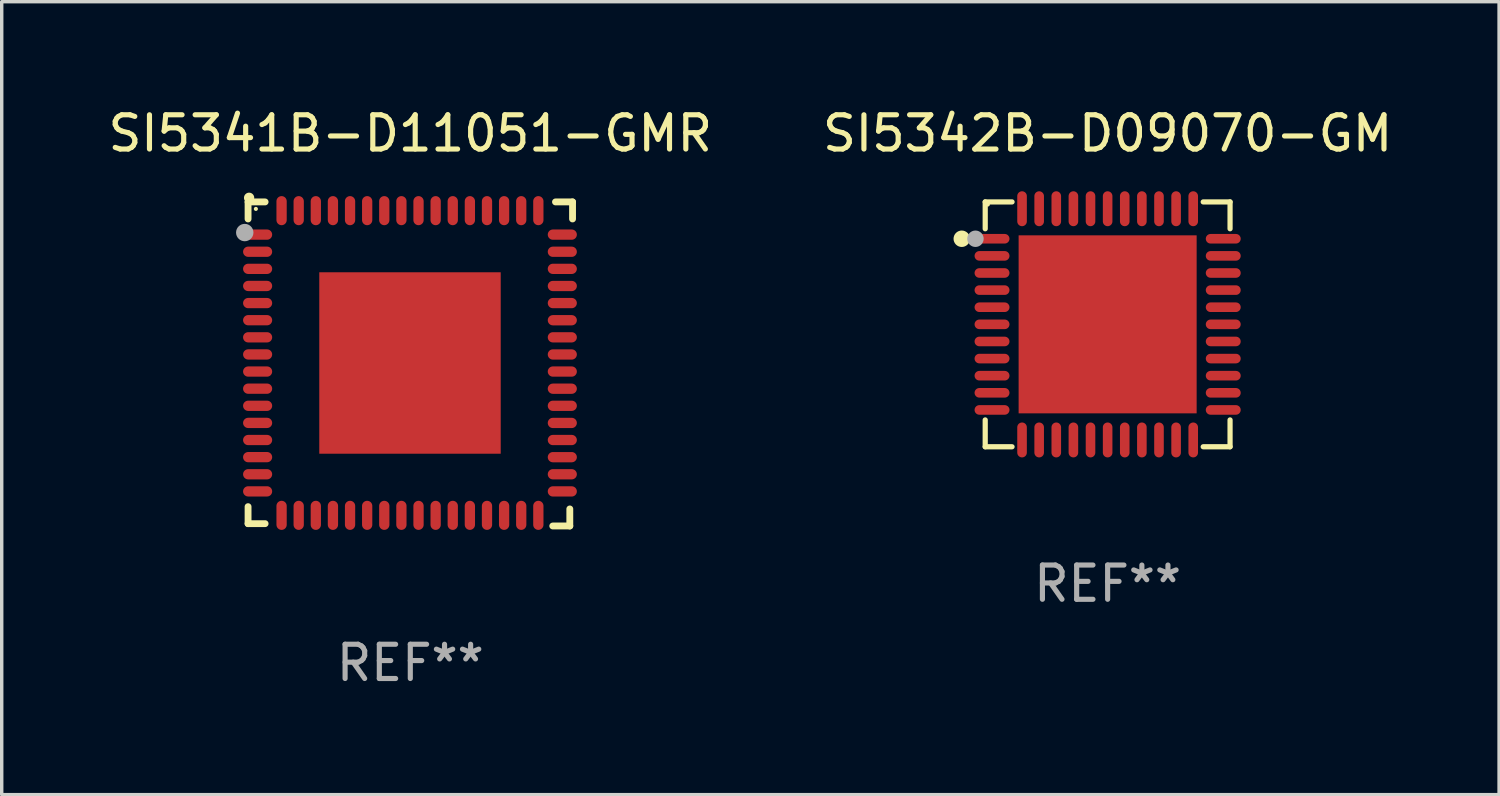
<source format=kicad_pcb>
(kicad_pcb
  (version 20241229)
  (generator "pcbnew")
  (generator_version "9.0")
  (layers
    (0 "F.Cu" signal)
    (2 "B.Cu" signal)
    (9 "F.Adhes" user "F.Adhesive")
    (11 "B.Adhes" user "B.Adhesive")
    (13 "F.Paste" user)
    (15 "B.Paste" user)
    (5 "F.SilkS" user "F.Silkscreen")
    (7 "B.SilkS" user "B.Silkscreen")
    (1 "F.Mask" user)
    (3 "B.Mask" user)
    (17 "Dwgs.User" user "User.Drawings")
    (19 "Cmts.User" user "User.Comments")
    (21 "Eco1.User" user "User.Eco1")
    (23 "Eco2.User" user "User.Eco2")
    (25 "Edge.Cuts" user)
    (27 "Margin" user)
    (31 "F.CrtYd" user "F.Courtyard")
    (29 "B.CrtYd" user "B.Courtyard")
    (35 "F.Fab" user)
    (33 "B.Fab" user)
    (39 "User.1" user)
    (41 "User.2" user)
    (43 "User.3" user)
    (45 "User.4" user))
  (footprint "SI5342B-D09070-GM"
    (layer "F.Cu")
    (at 29.304 6.424)
    (property "Reference" "SI5342B-D09070-GM" (at 0 -5.576 0) (layer "F.SilkS") (effects (font (size 1 1) (thickness 0.15))))
    (attr through_hole)
    (fp_line (start -3.576 -3.576) (end -2.792 -3.576) (stroke (width 0.152) (type solid)) (layer "F.SilkS"))
    (fp_line (start -3.576 -2.792) (end -3.576 -3.576) (stroke (width 0.152) (type solid)) (layer "F.SilkS"))
    (fp_line (start -3.576 2.792) (end -3.576 3.576) (stroke (width 0.152) (type solid)) (layer "F.SilkS"))
    (fp_line (start -3.576 3.576) (end -2.792 3.576) (stroke (width 0.152) (type solid)) (layer "F.SilkS"))
    (fp_line (start 3.576 -3.576) (end 2.792 -3.576) (stroke (width 0.152) (type solid)) (layer "F.SilkS"))
    (fp_line (start 3.576 -2.792) (end 3.576 -3.576) (stroke (width 0.152) (type solid)) (layer "F.SilkS"))
    (fp_line (start 3.576 2.792) (end 3.576 3.576) (stroke (width 0.152) (type solid)) (layer "F.SilkS"))
    (fp_line (start 3.576 3.576) (end 2.792 3.576) (stroke (width 0.152) (type solid)) (layer "F.SilkS"))
    (fp_circle (center -4.261 -2.5) (end -4.141 -2.5) (stroke (width 0.24) (type solid)) (fill no) (layer "F.SilkS"))
    (fp_circle (center -3.5 -3.5) (end -3.47 -3.5) (stroke (width 0.06) (type solid)) (fill no) (layer "F.SilkS"))
    (fp_circle (center -3.861 -2.5) (end -3.741 -2.5) (stroke (width 0.24) (type solid)) (fill no) (layer "F.Fab"))
    (fp_text user "REF**" (at 0 7.576 0) (layer "F.Fab") (effects (font (size 1 1) (thickness 0.15))))
    (pad "1" smd oval (at -3.377 -2.5) (size 1.02 0.28) (layers "F.Cu" "F.Mask" "F.Paste"))
    (pad "2" smd oval (at -3.377 -2) (size 1.02 0.28) (layers "F.Cu" "F.Mask" "F.Paste"))
    (pad "3" smd oval (at -3.377 -1.5) (size 1.02 0.28) (layers "F.Cu" "F.Mask" "F.Paste"))
    (pad "4" smd oval (at -3.377 -1) (size 1.02 0.28) (layers "F.Cu" "F.Mask" "F.Paste"))
    (pad "5" smd oval (at -3.377 -0.5) (size 1.02 0.28) (layers "F.Cu" "F.Mask" "F.Paste"))
    (pad "6" smd oval (at -3.377 0) (size 1.02 0.28) (layers "F.Cu" "F.Mask" "F.Paste"))
    (pad "7" smd oval (at -3.377 0.5) (size 1.02 0.28) (layers "F.Cu" "F.Mask" "F.Paste"))
    (pad "8" smd oval (at -3.377 1) (size 1.02 0.28) (layers "F.Cu" "F.Mask" "F.Paste"))
    (pad "9" smd oval (at -3.377 1.5) (size 1.02 0.28) (layers "F.Cu" "F.Mask" "F.Paste"))
    (pad "10" smd oval (at -3.377 2) (size 1.02 0.28) (layers "F.Cu" "F.Mask" "F.Paste"))
    (pad "11" smd oval (at -3.377 2.5) (size 1.02 0.28) (layers "F.Cu" "F.Mask" "F.Paste"))
    (pad "12" smd oval (at -2.5 3.377) (size 0.28 1.02) (layers "F.Cu" "F.Mask" "F.Paste"))
    (pad "13" smd oval (at -2 3.377) (size 0.28 1.02) (layers "F.Cu" "F.Mask" "F.Paste"))
    (pad "14" smd oval (at -1.5 3.377) (size 0.28 1.02) (layers "F.Cu" "F.Mask" "F.Paste"))
    (pad "15" smd oval (at -1 3.377) (size 0.28 1.02) (layers "F.Cu" "F.Mask" "F.Paste"))
    (pad "16" smd oval (at -0.5 3.377) (size 0.28 1.02) (layers "F.Cu" "F.Mask" "F.Paste"))
    (pad "17" smd oval (at 0 3.377) (size 0.28 1.02) (layers "F.Cu" "F.Mask" "F.Paste"))
    (pad "18" smd oval (at 0.5 3.377) (size 0.28 1.02) (layers "F.Cu" "F.Mask" "F.Paste"))
    (pad "19" smd oval (at 1 3.377) (size 0.28 1.02) (layers "F.Cu" "F.Mask" "F.Paste"))
    (pad "20" smd oval (at 1.5 3.377) (size 0.28 1.02) (layers "F.Cu" "F.Mask" "F.Paste"))
    (pad "21" smd oval (at 2 3.377) (size 0.28 1.02) (layers "F.Cu" "F.Mask" "F.Paste"))
    (pad "22" smd oval (at 2.5 3.377) (size 0.28 1.02) (layers "F.Cu" "F.Mask" "F.Paste"))
    (pad "23" smd oval (at 3.377 2.5) (size 1.02 0.28) (layers "F.Cu" "F.Mask" "F.Paste"))
    (pad "24" smd oval (at 3.377 2) (size 1.02 0.28) (layers "F.Cu" "F.Mask" "F.Paste"))
    (pad "25" smd oval (at 3.377 1.5) (size 1.02 0.28) (layers "F.Cu" "F.Mask" "F.Paste"))
    (pad "26" smd oval (at 3.377 1) (size 1.02 0.28) (layers "F.Cu" "F.Mask" "F.Paste"))
    (pad "27" smd oval (at 3.377 0.5) (size 1.02 0.28) (layers "F.Cu" "F.Mask" "F.Paste"))
    (pad "28" smd oval (at 3.377 0) (size 1.02 0.28) (layers "F.Cu" "F.Mask" "F.Paste"))
    (pad "29" smd oval (at 3.377 -0.5) (size 1.02 0.28) (layers "F.Cu" "F.Mask" "F.Paste"))
    (pad "30" smd oval (at 3.377 -1) (size 1.02 0.28) (layers "F.Cu" "F.Mask" "F.Paste"))
    (pad "31" smd oval (at 3.377 -1.5) (size 1.02 0.28) (layers "F.Cu" "F.Mask" "F.Paste"))
    (pad "32" smd oval (at 3.377 -2) (size 1.02 0.28) (layers "F.Cu" "F.Mask" "F.Paste"))
    (pad "33" smd oval (at 3.377 -2.5) (size 1.02 0.28) (layers "F.Cu" "F.Mask" "F.Paste"))
    (pad "34" smd oval (at 2.5 -3.377) (size 0.28 1.02) (layers "F.Cu" "F.Mask" "F.Paste"))
    (pad "35" smd oval (at 2 -3.377) (size 0.28 1.02) (layers "F.Cu" "F.Mask" "F.Paste"))
    (pad "36" smd oval (at 1.5 -3.377) (size 0.28 1.02) (layers "F.Cu" "F.Mask" "F.Paste"))
    (pad "37" smd oval (at 1 -3.377) (size 0.28 1.02) (layers "F.Cu" "F.Mask" "F.Paste"))
    (pad "38" smd oval (at 0.5 -3.377) (size 0.28 1.02) (layers "F.Cu" "F.Mask" "F.Paste"))
    (pad "39" smd oval (at 0 -3.377) (size 0.28 1.02) (layers "F.Cu" "F.Mask" "F.Paste"))
    (pad "40" smd oval (at -0.5 -3.377) (size 0.28 1.02) (layers "F.Cu" "F.Mask" "F.Paste"))
    (pad "41" smd oval (at -1 -3.377) (size 0.28 1.02) (layers "F.Cu" "F.Mask" "F.Paste"))
    (pad "42" smd oval (at -1.5 -3.377) (size 0.28 1.02) (layers "F.Cu" "F.Mask" "F.Paste"))
    (pad "43" smd oval (at -2 -3.377) (size 0.28 1.02) (layers "F.Cu" "F.Mask" "F.Paste"))
    (pad "44" smd oval (at -2.5 -3.377) (size 0.28 1.02) (layers "F.Cu" "F.Mask" "F.Paste"))
    (pad "45" smd rect (at 0 0) (size 5.2 5.2) (layers "F.Cu" "F.Mask" "F.Paste")))
  (footprint "SI5341B-D11051-GMR"
    (layer "F.Cu")
    (at 8.935 7.581)
    (property "Reference" "SI5341B-D11051-GMR" (at 0 -6.733 0) (layer "F.SilkS") (effects (font (size 1 1) (thickness 0.15))))
    (attr through_hole)
    (fp_line (start -4.739 -4.733) (end -4.241 -4.733) (stroke (width 0.2) (type solid)) (layer "F.SilkS"))
    (fp_line (start -4.739 -4.235) (end -4.739 -4.733) (stroke (width 0.2) (type solid)) (layer "F.SilkS"))
    (fp_line (start -4.739 4.168) (end -4.739 4.665) (stroke (width 0.2) (type solid)) (layer "F.SilkS"))
    (fp_line (start -4.739 4.665) (end -4.241 4.665) (stroke (width 0.2) (type solid)) (layer "F.SilkS"))
    (fp_line (start 4.161 4.733) (end 4.659 4.733) (stroke (width 0.2) (type solid)) (layer "F.SilkS"))
    (fp_line (start 4.241 -4.733) (end 4.739 -4.733) (stroke (width 0.2) (type solid)) (layer "F.SilkS"))
    (fp_line (start 4.659 4.733) (end 4.659 4.235) (stroke (width 0.2) (type solid)) (layer "F.SilkS"))
    (fp_line (start 4.739 -4.733) (end 4.739 -4.235) (stroke (width 0.2) (type solid)) (layer "F.SilkS"))
    (fp_arc (start -4.708623 -4.85108) (mid -4.708628 -4.85235) (end -4.708623 -4.85362) (stroke (width 0.3) (type solid)) (layer "F.SilkS"))
    (fp_circle (center -4.511 -4.529) (end -4.481 -4.529) (stroke (width 0.06) (type solid)) (fill no) (layer "F.SilkS"))
    (fp_circle (center -4.836 -3.838) (end -4.709 -3.838) (stroke (width 0.254) (type solid)) (fill no) (layer "F.Fab"))
    (fp_text user "REF**" (at 0 8.733 0) (layer "F.Fab") (effects (font (size 1 1) (thickness 0.15))))
    (pad "1" smd oval (at -4.46 -3.778) (size 0.85 0.3) (layers "F.Cu" "F.Mask" "F.Paste"))
    (pad "2" smd oval (at -4.46 -3.278) (size 0.85 0.3) (layers "F.Cu" "F.Mask" "F.Paste"))
    (pad "3" smd oval (at -4.46 -2.778) (size 0.85 0.3) (layers "F.Cu" "F.Mask" "F.Paste"))
    (pad "4" smd oval (at -4.46 -2.278) (size 0.85 0.3) (layers "F.Cu" "F.Mask" "F.Paste"))
    (pad "5" smd oval (at -4.46 -1.778) (size 0.85 0.3) (layers "F.Cu" "F.Mask" "F.Paste"))
    (pad "6" smd oval (at -4.46 -1.278) (size 0.85 0.3) (layers "F.Cu" "F.Mask" "F.Paste"))
    (pad "7" smd oval (at -4.46 -0.778) (size 0.85 0.3) (layers "F.Cu" "F.Mask" "F.Paste"))
    (pad "8" smd oval (at -4.46 -0.278) (size 0.85 0.3) (layers "F.Cu" "F.Mask" "F.Paste"))
    (pad "9" smd oval (at -4.46 0.222) (size 0.85 0.3) (layers "F.Cu" "F.Mask" "F.Paste"))
    (pad "10" smd oval (at -4.46 0.722) (size 0.85 0.3) (layers "F.Cu" "F.Mask" "F.Paste"))
    (pad "11" smd oval (at -4.46 1.222) (size 0.85 0.3) (layers "F.Cu" "F.Mask" "F.Paste"))
    (pad "12" smd oval (at -4.46 1.722) (size 0.85 0.3) (layers "F.Cu" "F.Mask" "F.Paste"))
    (pad "13" smd oval (at -4.46 2.222) (size 0.85 0.3) (layers "F.Cu" "F.Mask" "F.Paste"))
    (pad "14" smd oval (at -4.46 2.722) (size 0.85 0.3) (layers "F.Cu" "F.Mask" "F.Paste"))
    (pad "15" smd oval (at -4.46 3.222) (size 0.85 0.3) (layers "F.Cu" "F.Mask" "F.Paste"))
    (pad "16" smd oval (at -4.46 3.722) (size 0.85 0.3) (layers "F.Cu" "F.Mask" "F.Paste"))
    (pad "17" smd oval (at -3.76 4.422) (size 0.3 0.85) (layers "F.Cu" "F.Mask" "F.Paste"))
    (pad "18" smd oval (at -3.26 4.422) (size 0.3 0.85) (layers "F.Cu" "F.Mask" "F.Paste"))
    (pad "19" smd oval (at -2.76 4.422) (size 0.3 0.85) (layers "F.Cu" "F.Mask" "F.Paste"))
    (pad "20" smd oval (at -2.26 4.422) (size 0.3 0.85) (layers "F.Cu" "F.Mask" "F.Paste"))
    (pad "21" smd oval (at -1.76 4.422) (size 0.3 0.85) (layers "F.Cu" "F.Mask" "F.Paste"))
    (pad "22" smd oval (at -1.26 4.422) (size 0.3 0.85) (layers "F.Cu" "F.Mask" "F.Paste"))
    (pad "23" smd oval (at -0.76 4.422) (size 0.3 0.85) (layers "F.Cu" "F.Mask" "F.Paste"))
    (pad "24" smd oval (at -0.26 4.422) (size 0.3 0.85) (layers "F.Cu" "F.Mask" "F.Paste"))
    (pad "25" smd oval (at 0.24 4.422) (size 0.3 0.85) (layers "F.Cu" "F.Mask" "F.Paste"))
    (pad "26" smd oval (at 0.74 4.422) (size 0.3 0.85) (layers "F.Cu" "F.Mask" "F.Paste"))
    (pad "27" smd oval (at 1.24 4.422) (size 0.3 0.85) (layers "F.Cu" "F.Mask" "F.Paste"))
    (pad "28" smd oval (at 1.74 4.422) (size 0.3 0.85) (layers "F.Cu" "F.Mask" "F.Paste"))
    (pad "29" smd oval (at 2.24 4.422) (size 0.3 0.85) (layers "F.Cu" "F.Mask" "F.Paste"))
    (pad "30" smd oval (at 2.74 4.422) (size 0.3 0.85) (layers "F.Cu" "F.Mask" "F.Paste"))
    (pad "31" smd oval (at 3.24 4.422) (size 0.3 0.85) (layers "F.Cu" "F.Mask" "F.Paste"))
    (pad "32" smd oval (at 3.74 4.422) (size 0.3 0.85) (layers "F.Cu" "F.Mask" "F.Paste"))
    (pad "33" smd oval (at 4.44 3.723) (size 0.85 0.3) (layers "F.Cu" "F.Mask" "F.Paste"))
    (pad "34" smd oval (at 4.44 3.222) (size 0.85 0.3) (layers "F.Cu" "F.Mask" "F.Paste"))
    (pad "35" smd oval (at 4.44 2.723) (size 0.85 0.3) (layers "F.Cu" "F.Mask" "F.Paste"))
    (pad "36" smd oval (at 4.44 2.222) (size 0.85 0.3) (layers "F.Cu" "F.Mask" "F.Paste"))
    (pad "37" smd oval (at 4.44 1.723) (size 0.85 0.3) (layers "F.Cu" "F.Mask" "F.Paste"))
    (pad "38" smd oval (at 4.44 1.222) (size 0.85 0.3) (layers "F.Cu" "F.Mask" "F.Paste"))
    (pad "39" smd oval (at 4.44 0.723) (size 0.85 0.3) (layers "F.Cu" "F.Mask" "F.Paste"))
    (pad "40" smd oval (at 4.44 0.222) (size 0.85 0.3) (layers "F.Cu" "F.Mask" "F.Paste"))
    (pad "41" smd oval (at 4.44 -0.277) (size 0.85 0.3) (layers "F.Cu" "F.Mask" "F.Paste"))
    (pad "42" smd oval (at 4.44 -0.778) (size 0.85 0.3) (layers "F.Cu" "F.Mask" "F.Paste"))
    (pad "43" smd oval (at 4.44 -1.277) (size 0.85 0.3) (layers "F.Cu" "F.Mask" "F.Paste"))
    (pad "44" smd oval (at 4.44 -1.778) (size 0.85 0.3) (layers "F.Cu" "F.Mask" "F.Paste"))
    (pad "45" smd oval (at 4.44 -2.277) (size 0.85 0.3) (layers "F.Cu" "F.Mask" "F.Paste"))
    (pad "46" smd oval (at 4.44 -2.778) (size 0.85 0.3) (layers "F.Cu" "F.Mask" "F.Paste"))
    (pad "47" smd oval (at 4.44 -3.277) (size 0.85 0.3) (layers "F.Cu" "F.Mask" "F.Paste"))
    (pad "48" smd oval (at 4.44 -3.778) (size 0.85 0.3) (layers "F.Cu" "F.Mask" "F.Paste"))
    (pad "49" smd oval (at 3.74 -4.478) (size 0.3 0.85) (layers "F.Cu" "F.Mask" "F.Paste"))
    (pad "50" smd oval (at 3.24 -4.478) (size 0.3 0.85) (layers "F.Cu" "F.Mask" "F.Paste"))
    (pad "51" smd oval (at 2.74 -4.478) (size 0.3 0.85) (layers "F.Cu" "F.Mask" "F.Paste"))
    (pad "52" smd oval (at 2.24 -4.478) (size 0.3 0.85) (layers "F.Cu" "F.Mask" "F.Paste"))
    (pad "53" smd oval (at 1.74 -4.478) (size 0.3 0.85) (layers "F.Cu" "F.Mask" "F.Paste"))
    (pad "54" smd oval (at 1.24 -4.478) (size 0.3 0.85) (layers "F.Cu" "F.Mask" "F.Paste"))
    (pad "55" smd oval (at 0.74 -4.478) (size 0.3 0.85) (layers "F.Cu" "F.Mask" "F.Paste"))
    (pad "56" smd oval (at 0.24 -4.478) (size 0.3 0.85) (layers "F.Cu" "F.Mask" "F.Paste"))
    (pad "57" smd oval (at -0.26 -4.478) (size 0.3 0.85) (layers "F.Cu" "F.Mask" "F.Paste"))
    (pad "58" smd oval (at -0.76 -4.478) (size 0.3 0.85) (layers "F.Cu" "F.Mask" "F.Paste"))
    (pad "59" smd oval (at -1.26 -4.478) (size 0.3 0.85) (layers "F.Cu" "F.Mask" "F.Paste"))
    (pad "60" smd oval (at -1.76 -4.478) (size 0.3 0.85) (layers "F.Cu" "F.Mask" "F.Paste"))
    (pad "61" smd oval (at -2.26 -4.478) (size 0.3 0.85) (layers "F.Cu" "F.Mask" "F.Paste"))
    (pad "62" smd oval (at -2.76 -4.478) (size 0.3 0.85) (layers "F.Cu" "F.Mask" "F.Paste"))
    (pad "63" smd oval (at -3.26 -4.478) (size 0.3 0.85) (layers "F.Cu" "F.Mask" "F.Paste"))
    (pad "64" smd oval (at -3.76 -4.478) (size 0.3 0.85) (layers "F.Cu" "F.Mask" "F.Paste"))
    (pad "65" smd rect (at -0.009 -0.028 90) (size 5.3 5.3) (layers "F.Cu" "F.Mask" "F.Paste")))
  (gr_rect
    (start -3 -3)
    (end 40.738 20.162)
    (stroke (width 0.1) (type default))
    (fill no)
    (layer "Edge.Cuts")))
</source>
